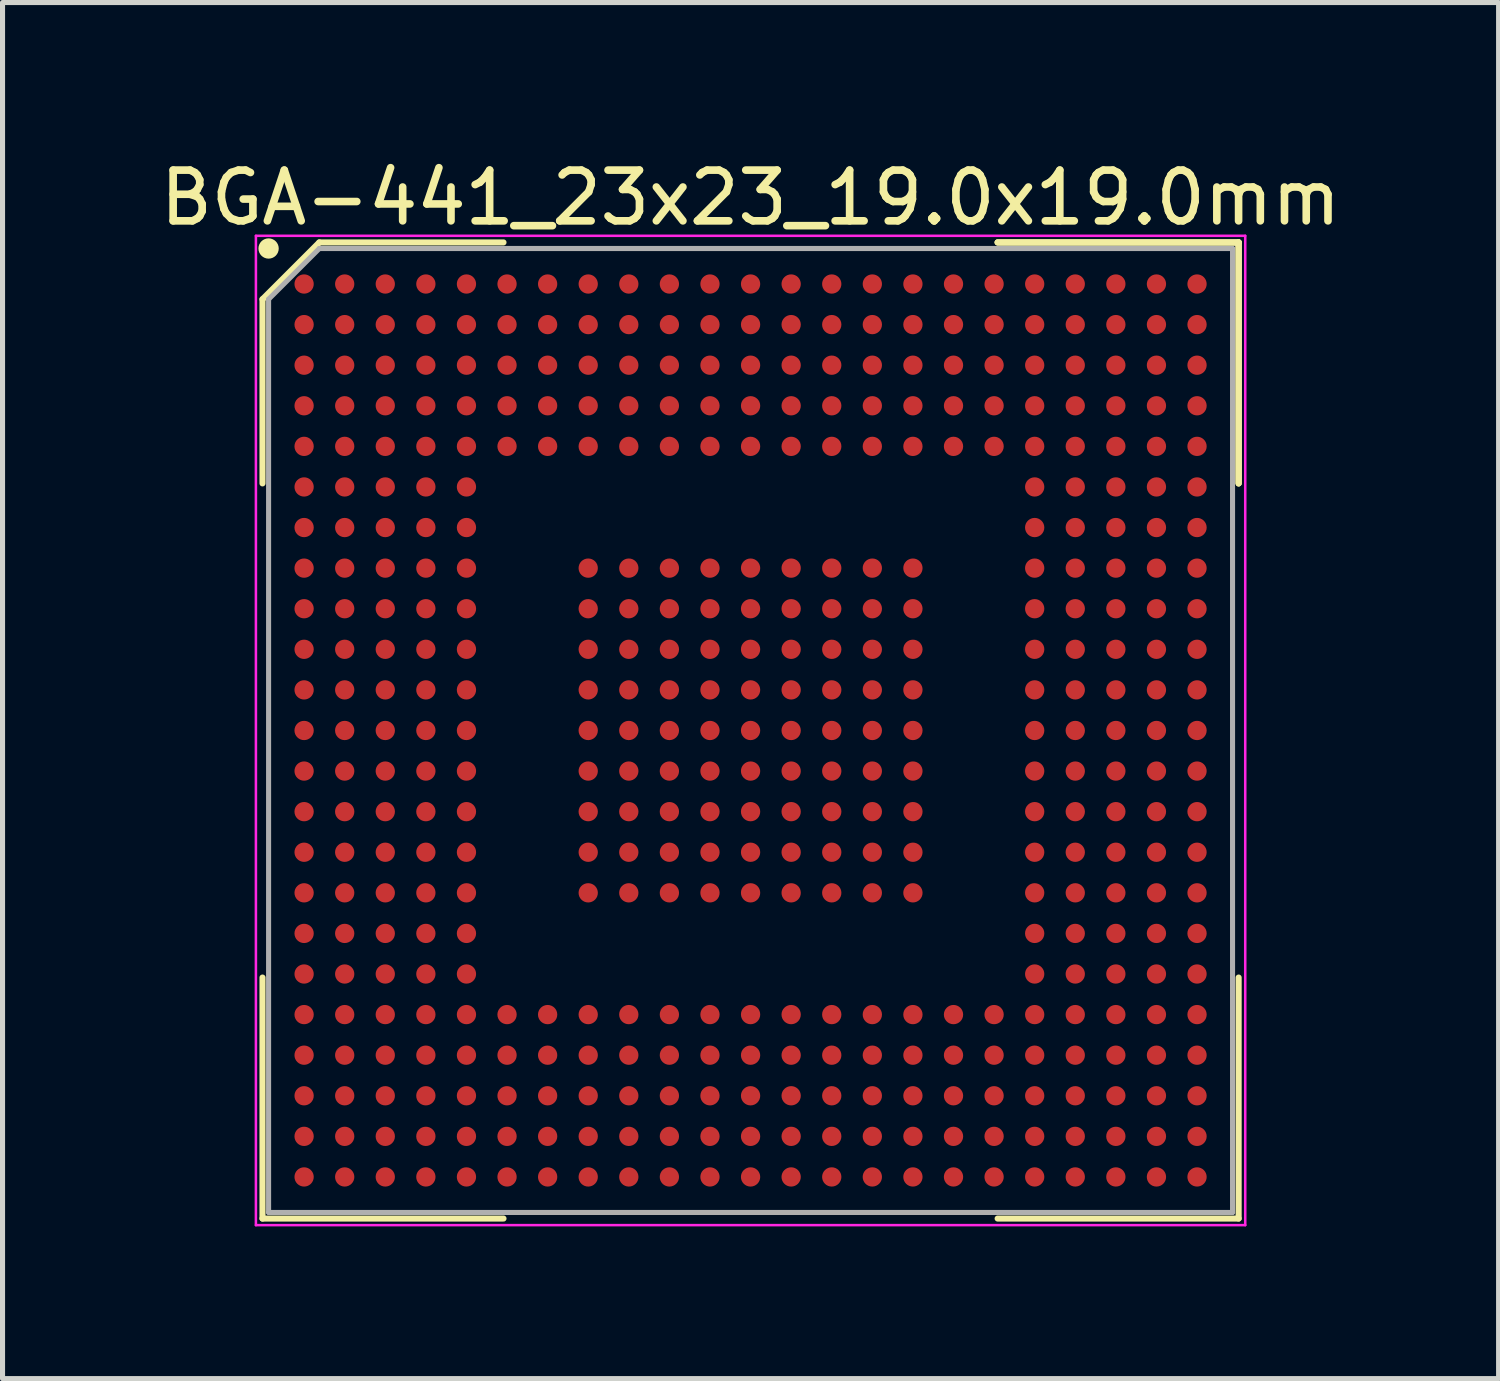
<source format=kicad_pcb>
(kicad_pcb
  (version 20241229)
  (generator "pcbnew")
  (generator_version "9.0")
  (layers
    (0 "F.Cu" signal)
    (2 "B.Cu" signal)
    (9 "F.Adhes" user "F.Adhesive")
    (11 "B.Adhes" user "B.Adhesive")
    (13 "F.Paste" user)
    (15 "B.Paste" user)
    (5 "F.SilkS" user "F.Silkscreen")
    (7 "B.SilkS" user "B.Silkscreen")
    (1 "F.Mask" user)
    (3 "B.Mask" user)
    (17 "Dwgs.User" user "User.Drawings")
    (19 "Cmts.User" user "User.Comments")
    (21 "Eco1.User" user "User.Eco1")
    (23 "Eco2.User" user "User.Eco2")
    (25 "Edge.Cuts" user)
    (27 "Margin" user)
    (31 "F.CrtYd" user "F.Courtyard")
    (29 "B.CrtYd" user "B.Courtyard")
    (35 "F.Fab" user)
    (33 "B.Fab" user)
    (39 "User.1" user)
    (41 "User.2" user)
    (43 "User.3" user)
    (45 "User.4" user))
  (footprint "BGA-441_23x23_19.0x19.0mm"
    (layer "F.Cu")
    (at 11.744 11.348)
    (property "Reference" "BGA-441_23x23_19.0x19.0mm" (at 0 -10.5 0) (layer "F.SilkS") (effects (font (size 1 1) (thickness 0.15))))
    (attr smd)
    (fp_line (start -9.62 -8.5) (end -9.62 -4.87) (stroke (width 0.12) (type solid)) (layer "F.SilkS"))
    (fp_line (start -9.62 9.62) (end -9.62 4.87) (stroke (width 0.12) (type solid)) (layer "F.SilkS"))
    (fp_line (start -8.5 -9.62) (end -9.62 -8.5) (stroke (width 0.12) (type solid)) (layer "F.SilkS"))
    (fp_line (start -4.87 -9.62) (end -8.5 -9.62) (stroke (width 0.12) (type solid)) (layer "F.SilkS"))
    (fp_line (start -4.87 9.62) (end -9.62 9.62) (stroke (width 0.12) (type solid)) (layer "F.SilkS"))
    (fp_line (start 4.87 -9.62) (end 9.62 -9.62) (stroke (width 0.12) (type solid)) (layer "F.SilkS"))
    (fp_line (start 4.87 -9.62) (end 9.62 -9.62) (stroke (width 0.12) (type solid)) (layer "F.SilkS"))
    (fp_line (start 4.87 -9.62) (end 9.62 -9.62) (stroke (width 0.12) (type solid)) (layer "F.SilkS"))
    (fp_line (start 4.87 9.62) (end 9.62 9.62) (stroke (width 0.12) (type solid)) (layer "F.SilkS"))
    (fp_line (start 9.62 -9.62) (end 9.62 -4.87) (stroke (width 0.12) (type solid)) (layer "F.SilkS"))
    (fp_line (start 9.62 -9.62) (end 9.62 -4.87) (stroke (width 0.12) (type solid)) (layer "F.SilkS"))
    (fp_line (start 9.62 -9.62) (end 9.62 -4.87) (stroke (width 0.12) (type solid)) (layer "F.SilkS"))
    (fp_line (start 9.62 9.62) (end 9.62 4.87) (stroke (width 0.12) (type solid)) (layer "F.SilkS"))
    (fp_circle (center -9.5 -9.5) (end -9.5 -9.4) (stroke (width 0.2) (type solid)) (fill no) (layer "F.SilkS"))
    (fp_line (start -9.75 -9.75) (end 9.75 -9.75) (stroke (width 0.05) (type solid)) (layer "F.CrtYd"))
    (fp_line (start -9.75 9.75) (end -9.75 -9.75) (stroke (width 0.05) (type solid)) (layer "F.CrtYd"))
    (fp_line (start 9.75 -9.75) (end 9.75 9.75) (stroke (width 0.05) (type solid)) (layer "F.CrtYd"))
    (fp_line (start 9.75 9.75) (end -9.75 9.75) (stroke (width 0.05) (type solid)) (layer "F.CrtYd"))
    (fp_line (start -9.5 -8.5) (end -9.5 9.5) (stroke (width 0.1) (type solid)) (layer "F.Fab"))
    (fp_line (start -9.5 9.5) (end 9.5 9.5) (stroke (width 0.1) (type solid)) (layer "F.Fab"))
    (fp_line (start -8.5 -9.5) (end -9.5 -8.5) (stroke (width 0.1) (type solid)) (layer "F.Fab"))
    (fp_line (start 9.5 -9.5) (end -8.5 -9.5) (stroke (width 0.1) (type solid)) (layer "F.Fab"))
    (fp_line (start 9.5 9.5) (end 9.5 -9.5) (stroke (width 0.1) (type solid)) (layer "F.Fab"))
    (pad "A1" smd circle (at -8.8 -8.8) (size 0.38 0.38) (layers "F.Cu" "F.Mask" "F.Paste"))
    (pad "A2" smd circle (at -8 -8.8) (size 0.38 0.38) (layers "F.Cu" "F.Mask" "F.Paste"))
    (pad "A3" smd circle (at -7.2 -8.8) (size 0.38 0.38) (layers "F.Cu" "F.Mask" "F.Paste"))
    (pad "A4" smd circle (at -6.4 -8.8) (size 0.38 0.38) (layers "F.Cu" "F.Mask" "F.Paste"))
    (pad "A5" smd circle (at -5.6 -8.8) (size 0.38 0.38) (layers "F.Cu" "F.Mask" "F.Paste"))
    (pad "A6" smd circle (at -4.8 -8.8) (size 0.38 0.38) (layers "F.Cu" "F.Mask" "F.Paste"))
    (pad "A7" smd circle (at -4 -8.8) (size 0.38 0.38) (layers "F.Cu" "F.Mask" "F.Paste"))
    (pad "A8" smd circle (at -3.2 -8.8) (size 0.38 0.38) (layers "F.Cu" "F.Mask" "F.Paste"))
    (pad "A9" smd circle (at -2.4 -8.8) (size 0.38 0.38) (layers "F.Cu" "F.Mask" "F.Paste"))
    (pad "A10" smd circle (at -1.6 -8.8) (size 0.38 0.38) (layers "F.Cu" "F.Mask" "F.Paste"))
    (pad "A11" smd circle (at -0.8 -8.8) (size 0.38 0.38) (layers "F.Cu" "F.Mask" "F.Paste"))
    (pad "A12" smd circle (at 0 -8.8) (size 0.38 0.38) (layers "F.Cu" "F.Mask" "F.Paste"))
    (pad "A13" smd circle (at 0.8 -8.8) (size 0.38 0.38) (layers "F.Cu" "F.Mask" "F.Paste"))
    (pad "A14" smd circle (at 1.6 -8.8) (size 0.38 0.38) (layers "F.Cu" "F.Mask" "F.Paste"))
    (pad "A15" smd circle (at 2.4 -8.8) (size 0.38 0.38) (layers "F.Cu" "F.Mask" "F.Paste"))
    (pad "A16" smd circle (at 3.2 -8.8) (size 0.38 0.38) (layers "F.Cu" "F.Mask" "F.Paste"))
    (pad "A17" smd circle (at 4 -8.8) (size 0.38 0.38) (layers "F.Cu" "F.Mask" "F.Paste"))
    (pad "A18" smd circle (at 4.8 -8.8) (size 0.38 0.38) (layers "F.Cu" "F.Mask" "F.Paste"))
    (pad "A19" smd circle (at 5.6 -8.8) (size 0.38 0.38) (layers "F.Cu" "F.Mask" "F.Paste"))
    (pad "A20" smd circle (at 6.4 -8.8) (size 0.38 0.38) (layers "F.Cu" "F.Mask" "F.Paste"))
    (pad "A21" smd circle (at 7.2 -8.8) (size 0.38 0.38) (layers "F.Cu" "F.Mask" "F.Paste"))
    (pad "A22" smd circle (at 8 -8.8) (size 0.38 0.38) (layers "F.Cu" "F.Mask" "F.Paste"))
    (pad "A23" smd circle (at 8.8 -8.8) (size 0.38 0.38) (layers "F.Cu" "F.Mask" "F.Paste"))
    (pad "AA1" smd circle (at -8.8 7.2) (size 0.38 0.38) (layers "F.Cu" "F.Mask" "F.Paste"))
    (pad "AA2" smd circle (at -8 7.2) (size 0.38 0.38) (layers "F.Cu" "F.Mask" "F.Paste"))
    (pad "AA3" smd circle (at -7.2 7.2) (size 0.38 0.38) (layers "F.Cu" "F.Mask" "F.Paste"))
    (pad "AA4" smd circle (at -6.4 7.2) (size 0.38 0.38) (layers "F.Cu" "F.Mask" "F.Paste"))
    (pad "AA5" smd circle (at -5.6 7.2) (size 0.38 0.38) (layers "F.Cu" "F.Mask" "F.Paste"))
    (pad "AA6" smd circle (at -4.8 7.2) (size 0.38 0.38) (layers "F.Cu" "F.Mask" "F.Paste"))
    (pad "AA7" smd circle (at -4 7.2) (size 0.38 0.38) (layers "F.Cu" "F.Mask" "F.Paste"))
    (pad "AA8" smd circle (at -3.2 7.2) (size 0.38 0.38) (layers "F.Cu" "F.Mask" "F.Paste"))
    (pad "AA9" smd circle (at -2.4 7.2) (size 0.38 0.38) (layers "F.Cu" "F.Mask" "F.Paste"))
    (pad "AA10" smd circle (at -1.6 7.2) (size 0.38 0.38) (layers "F.Cu" "F.Mask" "F.Paste"))
    (pad "AA11" smd circle (at -0.8 7.2) (size 0.38 0.38) (layers "F.Cu" "F.Mask" "F.Paste"))
    (pad "AA12" smd circle (at 0 7.2) (size 0.38 0.38) (layers "F.Cu" "F.Mask" "F.Paste"))
    (pad "AA13" smd circle (at 0.8 7.2) (size 0.38 0.38) (layers "F.Cu" "F.Mask" "F.Paste"))
    (pad "AA14" smd circle (at 1.6 7.2) (size 0.38 0.38) (layers "F.Cu" "F.Mask" "F.Paste"))
    (pad "AA15" smd circle (at 2.4 7.2) (size 0.38 0.38) (layers "F.Cu" "F.Mask" "F.Paste"))
    (pad "AA16" smd circle (at 3.2 7.2) (size 0.38 0.38) (layers "F.Cu" "F.Mask" "F.Paste"))
    (pad "AA17" smd circle (at 4 7.2) (size 0.38 0.38) (layers "F.Cu" "F.Mask" "F.Paste"))
    (pad "AA18" smd circle (at 4.8 7.2) (size 0.38 0.38) (layers "F.Cu" "F.Mask" "F.Paste"))
    (pad "AA19" smd circle (at 5.6 7.2) (size 0.38 0.38) (layers "F.Cu" "F.Mask" "F.Paste"))
    (pad "AA20" smd circle (at 6.4 7.2) (size 0.38 0.38) (layers "F.Cu" "F.Mask" "F.Paste"))
    (pad "AA21" smd circle (at 7.2 7.2) (size 0.38 0.38) (layers "F.Cu" "F.Mask" "F.Paste"))
    (pad "AA22" smd circle (at 8 7.2) (size 0.38 0.38) (layers "F.Cu" "F.Mask" "F.Paste"))
    (pad "AA23" smd circle (at 8.8 7.2) (size 0.38 0.38) (layers "F.Cu" "F.Mask" "F.Paste"))
    (pad "AB1" smd circle (at -8.8 8) (size 0.38 0.38) (layers "F.Cu" "F.Mask" "F.Paste"))
    (pad "AB2" smd circle (at -8 8) (size 0.38 0.38) (layers "F.Cu" "F.Mask" "F.Paste"))
    (pad "AB3" smd circle (at -7.2 8) (size 0.38 0.38) (layers "F.Cu" "F.Mask" "F.Paste"))
    (pad "AB4" smd circle (at -6.4 8) (size 0.38 0.38) (layers "F.Cu" "F.Mask" "F.Paste"))
    (pad "AB5" smd circle (at -5.6 8) (size 0.38 0.38) (layers "F.Cu" "F.Mask" "F.Paste"))
    (pad "AB6" smd circle (at -4.8 8) (size 0.38 0.38) (layers "F.Cu" "F.Mask" "F.Paste"))
    (pad "AB7" smd circle (at -4 8) (size 0.38 0.38) (layers "F.Cu" "F.Mask" "F.Paste"))
    (pad "AB8" smd circle (at -3.2 8) (size 0.38 0.38) (layers "F.Cu" "F.Mask" "F.Paste"))
    (pad "AB9" smd circle (at -2.4 8) (size 0.38 0.38) (layers "F.Cu" "F.Mask" "F.Paste"))
    (pad "AB10" smd circle (at -1.6 8) (size 0.38 0.38) (layers "F.Cu" "F.Mask" "F.Paste"))
    (pad "AB11" smd circle (at -0.8 8) (size 0.38 0.38) (layers "F.Cu" "F.Mask" "F.Paste"))
    (pad "AB12" smd circle (at 0 8) (size 0.38 0.38) (layers "F.Cu" "F.Mask" "F.Paste"))
    (pad "AB13" smd circle (at 0.8 8) (size 0.38 0.38) (layers "F.Cu" "F.Mask" "F.Paste"))
    (pad "AB14" smd circle (at 1.6 8) (size 0.38 0.38) (layers "F.Cu" "F.Mask" "F.Paste"))
    (pad "AB15" smd circle (at 2.4 8) (size 0.38 0.38) (layers "F.Cu" "F.Mask" "F.Paste"))
    (pad "AB16" smd circle (at 3.2 8) (size 0.38 0.38) (layers "F.Cu" "F.Mask" "F.Paste"))
    (pad "AB17" smd circle (at 4 8) (size 0.38 0.38) (layers "F.Cu" "F.Mask" "F.Paste"))
    (pad "AB18" smd circle (at 4.8 8) (size 0.38 0.38) (layers "F.Cu" "F.Mask" "F.Paste"))
    (pad "AB19" smd circle (at 5.6 8) (size 0.38 0.38) (layers "F.Cu" "F.Mask" "F.Paste"))
    (pad "AB20" smd circle (at 6.4 8) (size 0.38 0.38) (layers "F.Cu" "F.Mask" "F.Paste"))
    (pad "AB21" smd circle (at 7.2 8) (size 0.38 0.38) (layers "F.Cu" "F.Mask" "F.Paste"))
    (pad "AB22" smd circle (at 8 8) (size 0.38 0.38) (layers "F.Cu" "F.Mask" "F.Paste"))
    (pad "AB23" smd circle (at 8.8 8) (size 0.38 0.38) (layers "F.Cu" "F.Mask" "F.Paste"))
    (pad "AC1" smd circle (at -8.8 8.8) (size 0.38 0.38) (layers "F.Cu" "F.Mask" "F.Paste"))
    (pad "AC2" smd circle (at -8 8.8) (size 0.38 0.38) (layers "F.Cu" "F.Mask" "F.Paste"))
    (pad "AC3" smd circle (at -7.2 8.8) (size 0.38 0.38) (layers "F.Cu" "F.Mask" "F.Paste"))
    (pad "AC4" smd circle (at -6.4 8.8) (size 0.38 0.38) (layers "F.Cu" "F.Mask" "F.Paste"))
    (pad "AC5" smd circle (at -5.6 8.8) (size 0.38 0.38) (layers "F.Cu" "F.Mask" "F.Paste"))
    (pad "AC6" smd circle (at -4.8 8.8) (size 0.38 0.38) (layers "F.Cu" "F.Mask" "F.Paste"))
    (pad "AC7" smd circle (at -4 8.8) (size 0.38 0.38) (layers "F.Cu" "F.Mask" "F.Paste"))
    (pad "AC8" smd circle (at -3.2 8.8) (size 0.38 0.38) (layers "F.Cu" "F.Mask" "F.Paste"))
    (pad "AC9" smd circle (at -2.4 8.8) (size 0.38 0.38) (layers "F.Cu" "F.Mask" "F.Paste"))
    (pad "AC10" smd circle (at -1.6 8.8) (size 0.38 0.38) (layers "F.Cu" "F.Mask" "F.Paste"))
    (pad "AC11" smd circle (at -0.8 8.8) (size 0.38 0.38) (layers "F.Cu" "F.Mask" "F.Paste"))
    (pad "AC12" smd circle (at 0 8.8) (size 0.38 0.38) (layers "F.Cu" "F.Mask" "F.Paste"))
    (pad "AC13" smd circle (at 0.8 8.8) (size 0.38 0.38) (layers "F.Cu" "F.Mask" "F.Paste"))
    (pad "AC14" smd circle (at 1.6 8.8) (size 0.38 0.38) (layers "F.Cu" "F.Mask" "F.Paste"))
    (pad "AC15" smd circle (at 2.4 8.8) (size 0.38 0.38) (layers "F.Cu" "F.Mask" "F.Paste"))
    (pad "AC16" smd circle (at 3.2 8.8) (size 0.38 0.38) (layers "F.Cu" "F.Mask" "F.Paste"))
    (pad "AC17" smd circle (at 4 8.8) (size 0.38 0.38) (layers "F.Cu" "F.Mask" "F.Paste"))
    (pad "AC18" smd circle (at 4.8 8.8) (size 0.38 0.38) (layers "F.Cu" "F.Mask" "F.Paste"))
    (pad "AC19" smd circle (at 5.6 8.8) (size 0.38 0.38) (layers "F.Cu" "F.Mask" "F.Paste"))
    (pad "AC20" smd circle (at 6.4 8.8) (size 0.38 0.38) (layers "F.Cu" "F.Mask" "F.Paste"))
    (pad "AC21" smd circle (at 7.2 8.8) (size 0.38 0.38) (layers "F.Cu" "F.Mask" "F.Paste"))
    (pad "AC22" smd circle (at 8 8.8) (size 0.38 0.38) (layers "F.Cu" "F.Mask" "F.Paste"))
    (pad "AC23" smd circle (at 8.8 8.8) (size 0.38 0.38) (layers "F.Cu" "F.Mask" "F.Paste"))
    (pad "B1" smd circle (at -8.8 -8) (size 0.38 0.38) (layers "F.Cu" "F.Mask" "F.Paste"))
    (pad "B2" smd circle (at -8 -8) (size 0.38 0.38) (layers "F.Cu" "F.Mask" "F.Paste"))
    (pad "B3" smd circle (at -7.2 -8) (size 0.38 0.38) (layers "F.Cu" "F.Mask" "F.Paste"))
    (pad "B4" smd circle (at -6.4 -8) (size 0.38 0.38) (layers "F.Cu" "F.Mask" "F.Paste"))
    (pad "B5" smd circle (at -5.6 -8) (size 0.38 0.38) (layers "F.Cu" "F.Mask" "F.Paste"))
    (pad "B6" smd circle (at -4.8 -8) (size 0.38 0.38) (layers "F.Cu" "F.Mask" "F.Paste"))
    (pad "B7" smd circle (at -4 -8) (size 0.38 0.38) (layers "F.Cu" "F.Mask" "F.Paste"))
    (pad "B8" smd circle (at -3.2 -8) (size 0.38 0.38) (layers "F.Cu" "F.Mask" "F.Paste"))
    (pad "B9" smd circle (at -2.4 -8) (size 0.38 0.38) (layers "F.Cu" "F.Mask" "F.Paste"))
    (pad "B10" smd circle (at -1.6 -8) (size 0.38 0.38) (layers "F.Cu" "F.Mask" "F.Paste"))
    (pad "B11" smd circle (at -0.8 -8) (size 0.38 0.38) (layers "F.Cu" "F.Mask" "F.Paste"))
    (pad "B12" smd circle (at 0 -8) (size 0.38 0.38) (layers "F.Cu" "F.Mask" "F.Paste"))
    (pad "B13" smd circle (at 0.8 -8) (size 0.38 0.38) (layers "F.Cu" "F.Mask" "F.Paste"))
    (pad "B14" smd circle (at 1.6 -8) (size 0.38 0.38) (layers "F.Cu" "F.Mask" "F.Paste"))
    (pad "B15" smd circle (at 2.4 -8) (size 0.38 0.38) (layers "F.Cu" "F.Mask" "F.Paste"))
    (pad "B16" smd circle (at 3.2 -8) (size 0.38 0.38) (layers "F.Cu" "F.Mask" "F.Paste"))
    (pad "B17" smd circle (at 4 -8) (size 0.38 0.38) (layers "F.Cu" "F.Mask" "F.Paste"))
    (pad "B18" smd circle (at 4.8 -8) (size 0.38 0.38) (layers "F.Cu" "F.Mask" "F.Paste"))
    (pad "B19" smd circle (at 5.6 -8) (size 0.38 0.38) (layers "F.Cu" "F.Mask" "F.Paste"))
    (pad "B20" smd circle (at 6.4 -8) (size 0.38 0.38) (layers "F.Cu" "F.Mask" "F.Paste"))
    (pad "B21" smd circle (at 7.2 -8) (size 0.38 0.38) (layers "F.Cu" "F.Mask" "F.Paste"))
    (pad "B22" smd circle (at 8 -8) (size 0.38 0.38) (layers "F.Cu" "F.Mask" "F.Paste"))
    (pad "B23" smd circle (at 8.8 -8) (size 0.38 0.38) (layers "F.Cu" "F.Mask" "F.Paste"))
    (pad "C1" smd circle (at -8.8 -7.2) (size 0.38 0.38) (layers "F.Cu" "F.Mask" "F.Paste"))
    (pad "C2" smd circle (at -8 -7.2) (size 0.38 0.38) (layers "F.Cu" "F.Mask" "F.Paste"))
    (pad "C3" smd circle (at -7.2 -7.2) (size 0.38 0.38) (layers "F.Cu" "F.Mask" "F.Paste"))
    (pad "C4" smd circle (at -6.4 -7.2) (size 0.38 0.38) (layers "F.Cu" "F.Mask" "F.Paste"))
    (pad "C5" smd circle (at -5.6 -7.2) (size 0.38 0.38) (layers "F.Cu" "F.Mask" "F.Paste"))
    (pad "C6" smd circle (at -4.8 -7.2) (size 0.38 0.38) (layers "F.Cu" "F.Mask" "F.Paste"))
    (pad "C7" smd circle (at -4 -7.2) (size 0.38 0.38) (layers "F.Cu" "F.Mask" "F.Paste"))
    (pad "C8" smd circle (at -3.2 -7.2) (size 0.38 0.38) (layers "F.Cu" "F.Mask" "F.Paste"))
    (pad "C9" smd circle (at -2.4 -7.2) (size 0.38 0.38) (layers "F.Cu" "F.Mask" "F.Paste"))
    (pad "C10" smd circle (at -1.6 -7.2) (size 0.38 0.38) (layers "F.Cu" "F.Mask" "F.Paste"))
    (pad "C11" smd circle (at -0.8 -7.2) (size 0.38 0.38) (layers "F.Cu" "F.Mask" "F.Paste"))
    (pad "C12" smd circle (at 0 -7.2) (size 0.38 0.38) (layers "F.Cu" "F.Mask" "F.Paste"))
    (pad "C13" smd circle (at 0.8 -7.2) (size 0.38 0.38) (layers "F.Cu" "F.Mask" "F.Paste"))
    (pad "C14" smd circle (at 1.6 -7.2) (size 0.38 0.38) (layers "F.Cu" "F.Mask" "F.Paste"))
    (pad "C15" smd circle (at 2.4 -7.2) (size 0.38 0.38) (layers "F.Cu" "F.Mask" "F.Paste"))
    (pad "C16" smd circle (at 3.2 -7.2) (size 0.38 0.38) (layers "F.Cu" "F.Mask" "F.Paste"))
    (pad "C17" smd circle (at 4 -7.2) (size 0.38 0.38) (layers "F.Cu" "F.Mask" "F.Paste"))
    (pad "C18" smd circle (at 4.8 -7.2) (size 0.38 0.38) (layers "F.Cu" "F.Mask" "F.Paste"))
    (pad "C19" smd circle (at 5.6 -7.2) (size 0.38 0.38) (layers "F.Cu" "F.Mask" "F.Paste"))
    (pad "C20" smd circle (at 6.4 -7.2) (size 0.38 0.38) (layers "F.Cu" "F.Mask" "F.Paste"))
    (pad "C21" smd circle (at 7.2 -7.2) (size 0.38 0.38) (layers "F.Cu" "F.Mask" "F.Paste"))
    (pad "C22" smd circle (at 8 -7.2) (size 0.38 0.38) (layers "F.Cu" "F.Mask" "F.Paste"))
    (pad "C23" smd circle (at 8.8 -7.2) (size 0.38 0.38) (layers "F.Cu" "F.Mask" "F.Paste"))
    (pad "D1" smd circle (at -8.8 -6.4) (size 0.38 0.38) (layers "F.Cu" "F.Mask" "F.Paste"))
    (pad "D2" smd circle (at -8 -6.4) (size 0.38 0.38) (layers "F.Cu" "F.Mask" "F.Paste"))
    (pad "D3" smd circle (at -7.2 -6.4) (size 0.38 0.38) (layers "F.Cu" "F.Mask" "F.Paste"))
    (pad "D4" smd circle (at -6.4 -6.4) (size 0.38 0.38) (layers "F.Cu" "F.Mask" "F.Paste"))
    (pad "D5" smd circle (at -5.6 -6.4) (size 0.38 0.38) (layers "F.Cu" "F.Mask" "F.Paste"))
    (pad "D6" smd circle (at -4.8 -6.4) (size 0.38 0.38) (layers "F.Cu" "F.Mask" "F.Paste"))
    (pad "D7" smd circle (at -4 -6.4) (size 0.38 0.38) (layers "F.Cu" "F.Mask" "F.Paste"))
    (pad "D8" smd circle (at -3.2 -6.4) (size 0.38 0.38) (layers "F.Cu" "F.Mask" "F.Paste"))
    (pad "D9" smd circle (at -2.4 -6.4) (size 0.38 0.38) (layers "F.Cu" "F.Mask" "F.Paste"))
    (pad "D10" smd circle (at -1.6 -6.4) (size 0.38 0.38) (layers "F.Cu" "F.Mask" "F.Paste"))
    (pad "D11" smd circle (at -0.8 -6.4) (size 0.38 0.38) (layers "F.Cu" "F.Mask" "F.Paste"))
    (pad "D12" smd circle (at 0 -6.4) (size 0.38 0.38) (layers "F.Cu" "F.Mask" "F.Paste"))
    (pad "D13" smd circle (at 0.8 -6.4) (size 0.38 0.38) (layers "F.Cu" "F.Mask" "F.Paste"))
    (pad "D14" smd circle (at 1.6 -6.4) (size 0.38 0.38) (layers "F.Cu" "F.Mask" "F.Paste"))
    (pad "D15" smd circle (at 2.4 -6.4) (size 0.38 0.38) (layers "F.Cu" "F.Mask" "F.Paste"))
    (pad "D16" smd circle (at 3.2 -6.4) (size 0.38 0.38) (layers "F.Cu" "F.Mask" "F.Paste"))
    (pad "D17" smd circle (at 4 -6.4) (size 0.38 0.38) (layers "F.Cu" "F.Mask" "F.Paste"))
    (pad "D18" smd circle (at 4.8 -6.4) (size 0.38 0.38) (layers "F.Cu" "F.Mask" "F.Paste"))
    (pad "D19" smd circle (at 5.6 -6.4) (size 0.38 0.38) (layers "F.Cu" "F.Mask" "F.Paste"))
    (pad "D20" smd circle (at 6.4 -6.4) (size 0.38 0.38) (layers "F.Cu" "F.Mask" "F.Paste"))
    (pad "D21" smd circle (at 7.2 -6.4) (size 0.38 0.38) (layers "F.Cu" "F.Mask" "F.Paste"))
    (pad "D22" smd circle (at 8 -6.4) (size 0.38 0.38) (layers "F.Cu" "F.Mask" "F.Paste"))
    (pad "D23" smd circle (at 8.8 -6.4) (size 0.38 0.38) (layers "F.Cu" "F.Mask" "F.Paste"))
    (pad "E1" smd circle (at -8.8 -5.6) (size 0.38 0.38) (layers "F.Cu" "F.Mask" "F.Paste"))
    (pad "E2" smd circle (at -8 -5.6) (size 0.38 0.38) (layers "F.Cu" "F.Mask" "F.Paste"))
    (pad "E3" smd circle (at -7.2 -5.6) (size 0.38 0.38) (layers "F.Cu" "F.Mask" "F.Paste"))
    (pad "E4" smd circle (at -6.4 -5.6) (size 0.38 0.38) (layers "F.Cu" "F.Mask" "F.Paste"))
    (pad "E5" smd circle (at -5.6 -5.6) (size 0.38 0.38) (layers "F.Cu" "F.Mask" "F.Paste"))
    (pad "E6" smd circle (at -4.8 -5.6) (size 0.38 0.38) (layers "F.Cu" "F.Mask" "F.Paste"))
    (pad "E7" smd circle (at -4 -5.6) (size 0.38 0.38) (layers "F.Cu" "F.Mask" "F.Paste"))
    (pad "E8" smd circle (at -3.2 -5.6) (size 0.38 0.38) (layers "F.Cu" "F.Mask" "F.Paste"))
    (pad "E9" smd circle (at -2.4 -5.6) (size 0.38 0.38) (layers "F.Cu" "F.Mask" "F.Paste"))
    (pad "E10" smd circle (at -1.6 -5.6) (size 0.38 0.38) (layers "F.Cu" "F.Mask" "F.Paste"))
    (pad "E11" smd circle (at -0.8 -5.6) (size 0.38 0.38) (layers "F.Cu" "F.Mask" "F.Paste"))
    (pad "E12" smd circle (at 0 -5.6) (size 0.38 0.38) (layers "F.Cu" "F.Mask" "F.Paste"))
    (pad "E13" smd circle (at 0.8 -5.6) (size 0.38 0.38) (layers "F.Cu" "F.Mask" "F.Paste"))
    (pad "E14" smd circle (at 1.6 -5.6) (size 0.38 0.38) (layers "F.Cu" "F.Mask" "F.Paste"))
    (pad "E15" smd circle (at 2.4 -5.6) (size 0.38 0.38) (layers "F.Cu" "F.Mask" "F.Paste"))
    (pad "E16" smd circle (at 3.2 -5.6) (size 0.38 0.38) (layers "F.Cu" "F.Mask" "F.Paste"))
    (pad "E17" smd circle (at 4 -5.6) (size 0.38 0.38) (layers "F.Cu" "F.Mask" "F.Paste"))
    (pad "E18" smd circle (at 4.8 -5.6) (size 0.38 0.38) (layers "F.Cu" "F.Mask" "F.Paste"))
    (pad "E19" smd circle (at 5.6 -5.6) (size 0.38 0.38) (layers "F.Cu" "F.Mask" "F.Paste"))
    (pad "E20" smd circle (at 6.4 -5.6) (size 0.38 0.38) (layers "F.Cu" "F.Mask" "F.Paste"))
    (pad "E21" smd circle (at 7.2 -5.6) (size 0.38 0.38) (layers "F.Cu" "F.Mask" "F.Paste"))
    (pad "E22" smd circle (at 8 -5.6) (size 0.38 0.38) (layers "F.Cu" "F.Mask" "F.Paste"))
    (pad "E23" smd circle (at 8.8 -5.6) (size 0.38 0.38) (layers "F.Cu" "F.Mask" "F.Paste"))
    (pad "F1" smd circle (at -8.8 -4.8) (size 0.38 0.38) (layers "F.Cu" "F.Mask" "F.Paste"))
    (pad "F2" smd circle (at -8 -4.8) (size 0.38 0.38) (layers "F.Cu" "F.Mask" "F.Paste"))
    (pad "F3" smd circle (at -7.2 -4.8) (size 0.38 0.38) (layers "F.Cu" "F.Mask" "F.Paste"))
    (pad "F4" smd circle (at -6.4 -4.8) (size 0.38 0.38) (layers "F.Cu" "F.Mask" "F.Paste"))
    (pad "F5" smd circle (at -5.6 -4.8) (size 0.38 0.38) (layers "F.Cu" "F.Mask" "F.Paste"))
    (pad "F19" smd circle (at 5.6 -4.8) (size 0.38 0.38) (layers "F.Cu" "F.Mask" "F.Paste"))
    (pad "F20" smd circle (at 6.4 -4.8) (size 0.38 0.38) (layers "F.Cu" "F.Mask" "F.Paste"))
    (pad "F21" smd circle (at 7.2 -4.8) (size 0.38 0.38) (layers "F.Cu" "F.Mask" "F.Paste"))
    (pad "F22" smd circle (at 8 -4.8) (size 0.38 0.38) (layers "F.Cu" "F.Mask" "F.Paste"))
    (pad "F23" smd circle (at 8.8 -4.8) (size 0.38 0.38) (layers "F.Cu" "F.Mask" "F.Paste"))
    (pad "G1" smd circle (at -8.8 -4) (size 0.38 0.38) (layers "F.Cu" "F.Mask" "F.Paste"))
    (pad "G2" smd circle (at -8 -4) (size 0.38 0.38) (layers "F.Cu" "F.Mask" "F.Paste"))
    (pad "G3" smd circle (at -7.2 -4) (size 0.38 0.38) (layers "F.Cu" "F.Mask" "F.Paste"))
    (pad "G4" smd circle (at -6.4 -4) (size 0.38 0.38) (layers "F.Cu" "F.Mask" "F.Paste"))
    (pad "G5" smd circle (at -5.6 -4) (size 0.38 0.38) (layers "F.Cu" "F.Mask" "F.Paste"))
    (pad "G19" smd circle (at 5.6 -4) (size 0.38 0.38) (layers "F.Cu" "F.Mask" "F.Paste"))
    (pad "G20" smd circle (at 6.4 -4) (size 0.38 0.38) (layers "F.Cu" "F.Mask" "F.Paste"))
    (pad "G21" smd circle (at 7.2 -4) (size 0.38 0.38) (layers "F.Cu" "F.Mask" "F.Paste"))
    (pad "G22" smd circle (at 8 -4) (size 0.38 0.38) (layers "F.Cu" "F.Mask" "F.Paste"))
    (pad "G23" smd circle (at 8.8 -4) (size 0.38 0.38) (layers "F.Cu" "F.Mask" "F.Paste"))
    (pad "H1" smd circle (at -8.8 -3.2) (size 0.38 0.38) (layers "F.Cu" "F.Mask" "F.Paste"))
    (pad "H2" smd circle (at -8 -3.2) (size 0.38 0.38) (layers "F.Cu" "F.Mask" "F.Paste"))
    (pad "H3" smd circle (at -7.2 -3.2) (size 0.38 0.38) (layers "F.Cu" "F.Mask" "F.Paste"))
    (pad "H4" smd circle (at -6.4 -3.2) (size 0.38 0.38) (layers "F.Cu" "F.Mask" "F.Paste"))
    (pad "H5" smd circle (at -5.6 -3.2) (size 0.38 0.38) (layers "F.Cu" "F.Mask" "F.Paste"))
    (pad "H8" smd circle (at -3.2 -3.2) (size 0.38 0.38) (layers "F.Cu" "F.Mask" "F.Paste"))
    (pad "H9" smd circle (at -2.4 -3.2) (size 0.38 0.38) (layers "F.Cu" "F.Mask" "F.Paste"))
    (pad "H10" smd circle (at -1.6 -3.2) (size 0.38 0.38) (layers "F.Cu" "F.Mask" "F.Paste"))
    (pad "H11" smd circle (at -0.8 -3.2) (size 0.38 0.38) (layers "F.Cu" "F.Mask" "F.Paste"))
    (pad "H12" smd circle (at 0 -3.2) (size 0.38 0.38) (layers "F.Cu" "F.Mask" "F.Paste"))
    (pad "H13" smd circle (at 0.8 -3.2) (size 0.38 0.38) (layers "F.Cu" "F.Mask" "F.Paste"))
    (pad "H14" smd circle (at 1.6 -3.2) (size 0.38 0.38) (layers "F.Cu" "F.Mask" "F.Paste"))
    (pad "H15" smd circle (at 2.4 -3.2) (size 0.38 0.38) (layers "F.Cu" "F.Mask" "F.Paste"))
    (pad "H16" smd circle (at 3.2 -3.2) (size 0.38 0.38) (layers "F.Cu" "F.Mask" "F.Paste"))
    (pad "H19" smd circle (at 5.6 -3.2) (size 0.38 0.38) (layers "F.Cu" "F.Mask" "F.Paste"))
    (pad "H20" smd circle (at 6.4 -3.2) (size 0.38 0.38) (layers "F.Cu" "F.Mask" "F.Paste"))
    (pad "H21" smd circle (at 7.2 -3.2) (size 0.38 0.38) (layers "F.Cu" "F.Mask" "F.Paste"))
    (pad "H22" smd circle (at 8 -3.2) (size 0.38 0.38) (layers "F.Cu" "F.Mask" "F.Paste"))
    (pad "H23" smd circle (at 8.8 -3.2) (size 0.38 0.38) (layers "F.Cu" "F.Mask" "F.Paste"))
    (pad "J1" smd circle (at -8.8 -2.4) (size 0.38 0.38) (layers "F.Cu" "F.Mask" "F.Paste"))
    (pad "J2" smd circle (at -8 -2.4) (size 0.38 0.38) (layers "F.Cu" "F.Mask" "F.Paste"))
    (pad "J3" smd circle (at -7.2 -2.4) (size 0.38 0.38) (layers "F.Cu" "F.Mask" "F.Paste"))
    (pad "J4" smd circle (at -6.4 -2.4) (size 0.38 0.38) (layers "F.Cu" "F.Mask" "F.Paste"))
    (pad "J5" smd circle (at -5.6 -2.4) (size 0.38 0.38) (layers "F.Cu" "F.Mask" "F.Paste"))
    (pad "J8" smd circle (at -3.2 -2.4) (size 0.38 0.38) (layers "F.Cu" "F.Mask" "F.Paste"))
    (pad "J9" smd circle (at -2.4 -2.4) (size 0.38 0.38) (layers "F.Cu" "F.Mask" "F.Paste"))
    (pad "J10" smd circle (at -1.6 -2.4) (size 0.38 0.38) (layers "F.Cu" "F.Mask" "F.Paste"))
    (pad "J11" smd circle (at -0.8 -2.4) (size 0.38 0.38) (layers "F.Cu" "F.Mask" "F.Paste"))
    (pad "J12" smd circle (at 0 -2.4) (size 0.38 0.38) (layers "F.Cu" "F.Mask" "F.Paste"))
    (pad "J13" smd circle (at 0.8 -2.4) (size 0.38 0.38) (layers "F.Cu" "F.Mask" "F.Paste"))
    (pad "J14" smd circle (at 1.6 -2.4) (size 0.38 0.38) (layers "F.Cu" "F.Mask" "F.Paste"))
    (pad "J15" smd circle (at 2.4 -2.4) (size 0.38 0.38) (layers "F.Cu" "F.Mask" "F.Paste"))
    (pad "J16" smd circle (at 3.2 -2.4) (size 0.38 0.38) (layers "F.Cu" "F.Mask" "F.Paste"))
    (pad "J19" smd circle (at 5.6 -2.4) (size 0.38 0.38) (layers "F.Cu" "F.Mask" "F.Paste"))
    (pad "J20" smd circle (at 6.4 -2.4) (size 0.38 0.38) (layers "F.Cu" "F.Mask" "F.Paste"))
    (pad "J21" smd circle (at 7.2 -2.4) (size 0.38 0.38) (layers "F.Cu" "F.Mask" "F.Paste"))
    (pad "J22" smd circle (at 8 -2.4) (size 0.38 0.38) (layers "F.Cu" "F.Mask" "F.Paste"))
    (pad "J23" smd circle (at 8.8 -2.4) (size 0.38 0.38) (layers "F.Cu" "F.Mask" "F.Paste"))
    (pad "K1" smd circle (at -8.8 -1.6) (size 0.38 0.38) (layers "F.Cu" "F.Mask" "F.Paste"))
    (pad "K2" smd circle (at -8 -1.6) (size 0.38 0.38) (layers "F.Cu" "F.Mask" "F.Paste"))
    (pad "K3" smd circle (at -7.2 -1.6) (size 0.38 0.38) (layers "F.Cu" "F.Mask" "F.Paste"))
    (pad "K4" smd circle (at -6.4 -1.6) (size 0.38 0.38) (layers "F.Cu" "F.Mask" "F.Paste"))
    (pad "K5" smd circle (at -5.6 -1.6) (size 0.38 0.38) (layers "F.Cu" "F.Mask" "F.Paste"))
    (pad "K8" smd circle (at -3.2 -1.6) (size 0.38 0.38) (layers "F.Cu" "F.Mask" "F.Paste"))
    (pad "K9" smd circle (at -2.4 -1.6) (size 0.38 0.38) (layers "F.Cu" "F.Mask" "F.Paste"))
    (pad "K10" smd circle (at -1.6 -1.6) (size 0.38 0.38) (layers "F.Cu" "F.Mask" "F.Paste"))
    (pad "K11" smd circle (at -0.8 -1.6) (size 0.38 0.38) (layers "F.Cu" "F.Mask" "F.Paste"))
    (pad "K12" smd circle (at 0 -1.6) (size 0.38 0.38) (layers "F.Cu" "F.Mask" "F.Paste"))
    (pad "K13" smd circle (at 0.8 -1.6) (size 0.38 0.38) (layers "F.Cu" "F.Mask" "F.Paste"))
    (pad "K14" smd circle (at 1.6 -1.6) (size 0.38 0.38) (layers "F.Cu" "F.Mask" "F.Paste"))
    (pad "K15" smd circle (at 2.4 -1.6) (size 0.38 0.38) (layers "F.Cu" "F.Mask" "F.Paste"))
    (pad "K16" smd circle (at 3.2 -1.6) (size 0.38 0.38) (layers "F.Cu" "F.Mask" "F.Paste"))
    (pad "K19" smd circle (at 5.6 -1.6) (size 0.38 0.38) (layers "F.Cu" "F.Mask" "F.Paste"))
    (pad "K20" smd circle (at 6.4 -1.6) (size 0.38 0.38) (layers "F.Cu" "F.Mask" "F.Paste"))
    (pad "K21" smd circle (at 7.2 -1.6) (size 0.38 0.38) (layers "F.Cu" "F.Mask" "F.Paste"))
    (pad "K22" smd circle (at 8 -1.6) (size 0.38 0.38) (layers "F.Cu" "F.Mask" "F.Paste"))
    (pad "K23" smd circle (at 8.8 -1.6) (size 0.38 0.38) (layers "F.Cu" "F.Mask" "F.Paste"))
    (pad "L1" smd circle (at -8.8 -0.8) (size 0.38 0.38) (layers "F.Cu" "F.Mask" "F.Paste"))
    (pad "L2" smd circle (at -8 -0.8) (size 0.38 0.38) (layers "F.Cu" "F.Mask" "F.Paste"))
    (pad "L3" smd circle (at -7.2 -0.8) (size 0.38 0.38) (layers "F.Cu" "F.Mask" "F.Paste"))
    (pad "L4" smd circle (at -6.4 -0.8) (size 0.38 0.38) (layers "F.Cu" "F.Mask" "F.Paste"))
    (pad "L5" smd circle (at -5.6 -0.8) (size 0.38 0.38) (layers "F.Cu" "F.Mask" "F.Paste"))
    (pad "L8" smd circle (at -3.2 -0.8) (size 0.38 0.38) (layers "F.Cu" "F.Mask" "F.Paste"))
    (pad "L9" smd circle (at -2.4 -0.8) (size 0.38 0.38) (layers "F.Cu" "F.Mask" "F.Paste"))
    (pad "L10" smd circle (at -1.6 -0.8) (size 0.38 0.38) (layers "F.Cu" "F.Mask" "F.Paste"))
    (pad "L11" smd circle (at -0.8 -0.8) (size 0.38 0.38) (layers "F.Cu" "F.Mask" "F.Paste"))
    (pad "L12" smd circle (at 0 -0.8) (size 0.38 0.38) (layers "F.Cu" "F.Mask" "F.Paste"))
    (pad "L13" smd circle (at 0.8 -0.8) (size 0.38 0.38) (layers "F.Cu" "F.Mask" "F.Paste"))
    (pad "L14" smd circle (at 1.6 -0.8) (size 0.38 0.38) (layers "F.Cu" "F.Mask" "F.Paste"))
    (pad "L15" smd circle (at 2.4 -0.8) (size 0.38 0.38) (layers "F.Cu" "F.Mask" "F.Paste"))
    (pad "L16" smd circle (at 3.2 -0.8) (size 0.38 0.38) (layers "F.Cu" "F.Mask" "F.Paste"))
    (pad "L19" smd circle (at 5.6 -0.8) (size 0.38 0.38) (layers "F.Cu" "F.Mask" "F.Paste"))
    (pad "L20" smd circle (at 6.4 -0.8) (size 0.38 0.38) (layers "F.Cu" "F.Mask" "F.Paste"))
    (pad "L21" smd circle (at 7.2 -0.8) (size 0.38 0.38) (layers "F.Cu" "F.Mask" "F.Paste"))
    (pad "L22" smd circle (at 8 -0.8) (size 0.38 0.38) (layers "F.Cu" "F.Mask" "F.Paste"))
    (pad "L23" smd circle (at 8.8 -0.8) (size 0.38 0.38) (layers "F.Cu" "F.Mask" "F.Paste"))
    (pad "M1" smd circle (at -8.8 0) (size 0.38 0.38) (layers "F.Cu" "F.Mask" "F.Paste"))
    (pad "M2" smd circle (at -8 0) (size 0.38 0.38) (layers "F.Cu" "F.Mask" "F.Paste"))
    (pad "M3" smd circle (at -7.2 0) (size 0.38 0.38) (layers "F.Cu" "F.Mask" "F.Paste"))
    (pad "M4" smd circle (at -6.4 0) (size 0.38 0.38) (layers "F.Cu" "F.Mask" "F.Paste"))
    (pad "M5" smd circle (at -5.6 0) (size 0.38 0.38) (layers "F.Cu" "F.Mask" "F.Paste"))
    (pad "M8" smd circle (at -3.2 0) (size 0.38 0.38) (layers "F.Cu" "F.Mask" "F.Paste"))
    (pad "M9" smd circle (at -2.4 0) (size 0.38 0.38) (layers "F.Cu" "F.Mask" "F.Paste"))
    (pad "M10" smd circle (at -1.6 0) (size 0.38 0.38) (layers "F.Cu" "F.Mask" "F.Paste"))
    (pad "M11" smd circle (at -0.8 0) (size 0.38 0.38) (layers "F.Cu" "F.Mask" "F.Paste"))
    (pad "M12" smd circle (at 0 0) (size 0.38 0.38) (layers "F.Cu" "F.Mask" "F.Paste"))
    (pad "M13" smd circle (at 0.8 0) (size 0.38 0.38) (layers "F.Cu" "F.Mask" "F.Paste"))
    (pad "M14" smd circle (at 1.6 0) (size 0.38 0.38) (layers "F.Cu" "F.Mask" "F.Paste"))
    (pad "M15" smd circle (at 2.4 0) (size 0.38 0.38) (layers "F.Cu" "F.Mask" "F.Paste"))
    (pad "M16" smd circle (at 3.2 0) (size 0.38 0.38) (layers "F.Cu" "F.Mask" "F.Paste"))
    (pad "M19" smd circle (at 5.6 0) (size 0.38 0.38) (layers "F.Cu" "F.Mask" "F.Paste"))
    (pad "M20" smd circle (at 6.4 0) (size 0.38 0.38) (layers "F.Cu" "F.Mask" "F.Paste"))
    (pad "M21" smd circle (at 7.2 0) (size 0.38 0.38) (layers "F.Cu" "F.Mask" "F.Paste"))
    (pad "M22" smd circle (at 8 0) (size 0.38 0.38) (layers "F.Cu" "F.Mask" "F.Paste"))
    (pad "M23" smd circle (at 8.8 0) (size 0.38 0.38) (layers "F.Cu" "F.Mask" "F.Paste"))
    (pad "N1" smd circle (at -8.8 0.8) (size 0.38 0.38) (layers "F.Cu" "F.Mask" "F.Paste"))
    (pad "N2" smd circle (at -8 0.8) (size 0.38 0.38) (layers "F.Cu" "F.Mask" "F.Paste"))
    (pad "N3" smd circle (at -7.2 0.8) (size 0.38 0.38) (layers "F.Cu" "F.Mask" "F.Paste"))
    (pad "N4" smd circle (at -6.4 0.8) (size 0.38 0.38) (layers "F.Cu" "F.Mask" "F.Paste"))
    (pad "N5" smd circle (at -5.6 0.8) (size 0.38 0.38) (layers "F.Cu" "F.Mask" "F.Paste"))
    (pad "N8" smd circle (at -3.2 0.8) (size 0.38 0.38) (layers "F.Cu" "F.Mask" "F.Paste"))
    (pad "N9" smd circle (at -2.4 0.8) (size 0.38 0.38) (layers "F.Cu" "F.Mask" "F.Paste"))
    (pad "N10" smd circle (at -1.6 0.8) (size 0.38 0.38) (layers "F.Cu" "F.Mask" "F.Paste"))
    (pad "N11" smd circle (at -0.8 0.8) (size 0.38 0.38) (layers "F.Cu" "F.Mask" "F.Paste"))
    (pad "N12" smd circle (at 0 0.8) (size 0.38 0.38) (layers "F.Cu" "F.Mask" "F.Paste"))
    (pad "N13" smd circle (at 0.8 0.8) (size 0.38 0.38) (layers "F.Cu" "F.Mask" "F.Paste"))
    (pad "N14" smd circle (at 1.6 0.8) (size 0.38 0.38) (layers "F.Cu" "F.Mask" "F.Paste"))
    (pad "N15" smd circle (at 2.4 0.8) (size 0.38 0.38) (layers "F.Cu" "F.Mask" "F.Paste"))
    (pad "N16" smd circle (at 3.2 0.8) (size 0.38 0.38) (layers "F.Cu" "F.Mask" "F.Paste"))
    (pad "N19" smd circle (at 5.6 0.8) (size 0.38 0.38) (layers "F.Cu" "F.Mask" "F.Paste"))
    (pad "N20" smd circle (at 6.4 0.8) (size 0.38 0.38) (layers "F.Cu" "F.Mask" "F.Paste"))
    (pad "N21" smd circle (at 7.2 0.8) (size 0.38 0.38) (layers "F.Cu" "F.Mask" "F.Paste"))
    (pad "N22" smd circle (at 8 0.8) (size 0.38 0.38) (layers "F.Cu" "F.Mask" "F.Paste"))
    (pad "N23" smd circle (at 8.8 0.8) (size 0.38 0.38) (layers "F.Cu" "F.Mask" "F.Paste"))
    (pad "P1" smd circle (at -8.8 1.6) (size 0.38 0.38) (layers "F.Cu" "F.Mask" "F.Paste"))
    (pad "P2" smd circle (at -8 1.6) (size 0.38 0.38) (layers "F.Cu" "F.Mask" "F.Paste"))
    (pad "P3" smd circle (at -7.2 1.6) (size 0.38 0.38) (layers "F.Cu" "F.Mask" "F.Paste"))
    (pad "P4" smd circle (at -6.4 1.6) (size 0.38 0.38) (layers "F.Cu" "F.Mask" "F.Paste"))
    (pad "P5" smd circle (at -5.6 1.6) (size 0.38 0.38) (layers "F.Cu" "F.Mask" "F.Paste"))
    (pad "P8" smd circle (at -3.2 1.6) (size 0.38 0.38) (layers "F.Cu" "F.Mask" "F.Paste"))
    (pad "P9" smd circle (at -2.4 1.6) (size 0.38 0.38) (layers "F.Cu" "F.Mask" "F.Paste"))
    (pad "P10" smd circle (at -1.6 1.6) (size 0.38 0.38) (layers "F.Cu" "F.Mask" "F.Paste"))
    (pad "P11" smd circle (at -0.8 1.6) (size 0.38 0.38) (layers "F.Cu" "F.Mask" "F.Paste"))
    (pad "P12" smd circle (at 0 1.6) (size 0.38 0.38) (layers "F.Cu" "F.Mask" "F.Paste"))
    (pad "P13" smd circle (at 0.8 1.6) (size 0.38 0.38) (layers "F.Cu" "F.Mask" "F.Paste"))
    (pad "P14" smd circle (at 1.6 1.6) (size 0.38 0.38) (layers "F.Cu" "F.Mask" "F.Paste"))
    (pad "P15" smd circle (at 2.4 1.6) (size 0.38 0.38) (layers "F.Cu" "F.Mask" "F.Paste"))
    (pad "P16" smd circle (at 3.2 1.6) (size 0.38 0.38) (layers "F.Cu" "F.Mask" "F.Paste"))
    (pad "P19" smd circle (at 5.6 1.6) (size 0.38 0.38) (layers "F.Cu" "F.Mask" "F.Paste"))
    (pad "P20" smd circle (at 6.4 1.6) (size 0.38 0.38) (layers "F.Cu" "F.Mask" "F.Paste"))
    (pad "P21" smd circle (at 7.2 1.6) (size 0.38 0.38) (layers "F.Cu" "F.Mask" "F.Paste"))
    (pad "P22" smd circle (at 8 1.6) (size 0.38 0.38) (layers "F.Cu" "F.Mask" "F.Paste"))
    (pad "P23" smd circle (at 8.8 1.6) (size 0.38 0.38) (layers "F.Cu" "F.Mask" "F.Paste"))
    (pad "R1" smd circle (at -8.8 2.4) (size 0.38 0.38) (layers "F.Cu" "F.Mask" "F.Paste"))
    (pad "R2" smd circle (at -8 2.4) (size 0.38 0.38) (layers "F.Cu" "F.Mask" "F.Paste"))
    (pad "R3" smd circle (at -7.2 2.4) (size 0.38 0.38) (layers "F.Cu" "F.Mask" "F.Paste"))
    (pad "R4" smd circle (at -6.4 2.4) (size 0.38 0.38) (layers "F.Cu" "F.Mask" "F.Paste"))
    (pad "R5" smd circle (at -5.6 2.4) (size 0.38 0.38) (layers "F.Cu" "F.Mask" "F.Paste"))
    (pad "R8" smd circle (at -3.2 2.4) (size 0.38 0.38) (layers "F.Cu" "F.Mask" "F.Paste"))
    (pad "R9" smd circle (at -2.4 2.4) (size 0.38 0.38) (layers "F.Cu" "F.Mask" "F.Paste"))
    (pad "R10" smd circle (at -1.6 2.4) (size 0.38 0.38) (layers "F.Cu" "F.Mask" "F.Paste"))
    (pad "R11" smd circle (at -0.8 2.4) (size 0.38 0.38) (layers "F.Cu" "F.Mask" "F.Paste"))
    (pad "R12" smd circle (at 0 2.4) (size 0.38 0.38) (layers "F.Cu" "F.Mask" "F.Paste"))
    (pad "R13" smd circle (at 0.8 2.4) (size 0.38 0.38) (layers "F.Cu" "F.Mask" "F.Paste"))
    (pad "R14" smd circle (at 1.6 2.4) (size 0.38 0.38) (layers "F.Cu" "F.Mask" "F.Paste"))
    (pad "R15" smd circle (at 2.4 2.4) (size 0.38 0.38) (layers "F.Cu" "F.Mask" "F.Paste"))
    (pad "R16" smd circle (at 3.2 2.4) (size 0.38 0.38) (layers "F.Cu" "F.Mask" "F.Paste"))
    (pad "R19" smd circle (at 5.6 2.4) (size 0.38 0.38) (layers "F.Cu" "F.Mask" "F.Paste"))
    (pad "R20" smd circle (at 6.4 2.4) (size 0.38 0.38) (layers "F.Cu" "F.Mask" "F.Paste"))
    (pad "R21" smd circle (at 7.2 2.4) (size 0.38 0.38) (layers "F.Cu" "F.Mask" "F.Paste"))
    (pad "R22" smd circle (at 8 2.4) (size 0.38 0.38) (layers "F.Cu" "F.Mask" "F.Paste"))
    (pad "R23" smd circle (at 8.8 2.4) (size 0.38 0.38) (layers "F.Cu" "F.Mask" "F.Paste"))
    (pad "T1" smd circle (at -8.8 3.2) (size 0.38 0.38) (layers "F.Cu" "F.Mask" "F.Paste"))
    (pad "T2" smd circle (at -8 3.2) (size 0.38 0.38) (layers "F.Cu" "F.Mask" "F.Paste"))
    (pad "T3" smd circle (at -7.2 3.2) (size 0.38 0.38) (layers "F.Cu" "F.Mask" "F.Paste"))
    (pad "T4" smd circle (at -6.4 3.2) (size 0.38 0.38) (layers "F.Cu" "F.Mask" "F.Paste"))
    (pad "T5" smd circle (at -5.6 3.2) (size 0.38 0.38) (layers "F.Cu" "F.Mask" "F.Paste"))
    (pad "T8" smd circle (at -3.2 3.2) (size 0.38 0.38) (layers "F.Cu" "F.Mask" "F.Paste"))
    (pad "T9" smd circle (at -2.4 3.2) (size 0.38 0.38) (layers "F.Cu" "F.Mask" "F.Paste"))
    (pad "T10" smd circle (at -1.6 3.2) (size 0.38 0.38) (layers "F.Cu" "F.Mask" "F.Paste"))
    (pad "T11" smd circle (at -0.8 3.2) (size 0.38 0.38) (layers "F.Cu" "F.Mask" "F.Paste"))
    (pad "T12" smd circle (at 0 3.2) (size 0.38 0.38) (layers "F.Cu" "F.Mask" "F.Paste"))
    (pad "T13" smd circle (at 0.8 3.2) (size 0.38 0.38) (layers "F.Cu" "F.Mask" "F.Paste"))
    (pad "T14" smd circle (at 1.6 3.2) (size 0.38 0.38) (layers "F.Cu" "F.Mask" "F.Paste"))
    (pad "T15" smd circle (at 2.4 3.2) (size 0.38 0.38) (layers "F.Cu" "F.Mask" "F.Paste"))
    (pad "T16" smd circle (at 3.2 3.2) (size 0.38 0.38) (layers "F.Cu" "F.Mask" "F.Paste"))
    (pad "T19" smd circle (at 5.6 3.2) (size 0.38 0.38) (layers "F.Cu" "F.Mask" "F.Paste"))
    (pad "T20" smd circle (at 6.4 3.2) (size 0.38 0.38) (layers "F.Cu" "F.Mask" "F.Paste"))
    (pad "T21" smd circle (at 7.2 3.2) (size 0.38 0.38) (layers "F.Cu" "F.Mask" "F.Paste"))
    (pad "T22" smd circle (at 8 3.2) (size 0.38 0.38) (layers "F.Cu" "F.Mask" "F.Paste"))
    (pad "T23" smd circle (at 8.8 3.2) (size 0.38 0.38) (layers "F.Cu" "F.Mask" "F.Paste"))
    (pad "U1" smd circle (at -8.8 4) (size 0.38 0.38) (layers "F.Cu" "F.Mask" "F.Paste"))
    (pad "U2" smd circle (at -8 4) (size 0.38 0.38) (layers "F.Cu" "F.Mask" "F.Paste"))
    (pad "U3" smd circle (at -7.2 4) (size 0.38 0.38) (layers "F.Cu" "F.Mask" "F.Paste"))
    (pad "U4" smd circle (at -6.4 4) (size 0.38 0.38) (layers "F.Cu" "F.Mask" "F.Paste"))
    (pad "U5" smd circle (at -5.6 4) (size 0.38 0.38) (layers "F.Cu" "F.Mask" "F.Paste"))
    (pad "U19" smd circle (at 5.6 4) (size 0.38 0.38) (layers "F.Cu" "F.Mask" "F.Paste"))
    (pad "U20" smd circle (at 6.4 4) (size 0.38 0.38) (layers "F.Cu" "F.Mask" "F.Paste"))
    (pad "U21" smd circle (at 7.2 4) (size 0.38 0.38) (layers "F.Cu" "F.Mask" "F.Paste"))
    (pad "U22" smd circle (at 8 4) (size 0.38 0.38) (layers "F.Cu" "F.Mask" "F.Paste"))
    (pad "U23" smd circle (at 8.8 4) (size 0.38 0.38) (layers "F.Cu" "F.Mask" "F.Paste"))
    (pad "V1" smd circle (at -8.8 4.8) (size 0.38 0.38) (layers "F.Cu" "F.Mask" "F.Paste"))
    (pad "V2" smd circle (at -8 4.8) (size 0.38 0.38) (layers "F.Cu" "F.Mask" "F.Paste"))
    (pad "V3" smd circle (at -7.2 4.8) (size 0.38 0.38) (layers "F.Cu" "F.Mask" "F.Paste"))
    (pad "V4" smd circle (at -6.4 4.8) (size 0.38 0.38) (layers "F.Cu" "F.Mask" "F.Paste"))
    (pad "V5" smd circle (at -5.6 4.8) (size 0.38 0.38) (layers "F.Cu" "F.Mask" "F.Paste"))
    (pad "V19" smd circle (at 5.6 4.8) (size 0.38 0.38) (layers "F.Cu" "F.Mask" "F.Paste"))
    (pad "V20" smd circle (at 6.4 4.8) (size 0.38 0.38) (layers "F.Cu" "F.Mask" "F.Paste"))
    (pad "V21" smd circle (at 7.2 4.8) (size 0.38 0.38) (layers "F.Cu" "F.Mask" "F.Paste"))
    (pad "V22" smd circle (at 8 4.8) (size 0.38 0.38) (layers "F.Cu" "F.Mask" "F.Paste"))
    (pad "V23" smd circle (at 8.8 4.8) (size 0.38 0.38) (layers "F.Cu" "F.Mask" "F.Paste"))
    (pad "W1" smd circle (at -8.8 5.6) (size 0.38 0.38) (layers "F.Cu" "F.Mask" "F.Paste"))
    (pad "W2" smd circle (at -8 5.6) (size 0.38 0.38) (layers "F.Cu" "F.Mask" "F.Paste"))
    (pad "W3" smd circle (at -7.2 5.6) (size 0.38 0.38) (layers "F.Cu" "F.Mask" "F.Paste"))
    (pad "W4" smd circle (at -6.4 5.6) (size 0.38 0.38) (layers "F.Cu" "F.Mask" "F.Paste"))
    (pad "W5" smd circle (at -5.6 5.6) (size 0.38 0.38) (layers "F.Cu" "F.Mask" "F.Paste"))
    (pad "W6" smd circle (at -4.8 5.6) (size 0.38 0.38) (layers "F.Cu" "F.Mask" "F.Paste"))
    (pad "W7" smd circle (at -4 5.6) (size 0.38 0.38) (layers "F.Cu" "F.Mask" "F.Paste"))
    (pad "W8" smd circle (at -3.2 5.6) (size 0.38 0.38) (layers "F.Cu" "F.Mask" "F.Paste"))
    (pad "W9" smd circle (at -2.4 5.6) (size 0.38 0.38) (layers "F.Cu" "F.Mask" "F.Paste"))
    (pad "W10" smd circle (at -1.6 5.6) (size 0.38 0.38) (layers "F.Cu" "F.Mask" "F.Paste"))
    (pad "W11" smd circle (at -0.8 5.6) (size 0.38 0.38) (layers "F.Cu" "F.Mask" "F.Paste"))
    (pad "W12" smd circle (at 0 5.6) (size 0.38 0.38) (layers "F.Cu" "F.Mask" "F.Paste"))
    (pad "W13" smd circle (at 0.8 5.6) (size 0.38 0.38) (layers "F.Cu" "F.Mask" "F.Paste"))
    (pad "W14" smd circle (at 1.6 5.6) (size 0.38 0.38) (layers "F.Cu" "F.Mask" "F.Paste"))
    (pad "W15" smd circle (at 2.4 5.6) (size 0.38 0.38) (layers "F.Cu" "F.Mask" "F.Paste"))
    (pad "W16" smd circle (at 3.2 5.6) (size 0.38 0.38) (layers "F.Cu" "F.Mask" "F.Paste"))
    (pad "W17" smd circle (at 4 5.6) (size 0.38 0.38) (layers "F.Cu" "F.Mask" "F.Paste"))
    (pad "W18" smd circle (at 4.8 5.6) (size 0.38 0.38) (layers "F.Cu" "F.Mask" "F.Paste"))
    (pad "W19" smd circle (at 5.6 5.6) (size 0.38 0.38) (layers "F.Cu" "F.Mask" "F.Paste"))
    (pad "W20" smd circle (at 6.4 5.6) (size 0.38 0.38) (layers "F.Cu" "F.Mask" "F.Paste"))
    (pad "W21" smd circle (at 7.2 5.6) (size 0.38 0.38) (layers "F.Cu" "F.Mask" "F.Paste"))
    (pad "W22" smd circle (at 8 5.6) (size 0.38 0.38) (layers "F.Cu" "F.Mask" "F.Paste"))
    (pad "W23" smd circle (at 8.8 5.6) (size 0.38 0.38) (layers "F.Cu" "F.Mask" "F.Paste"))
    (pad "Y1" smd circle (at -8.8 6.4) (size 0.38 0.38) (layers "F.Cu" "F.Mask" "F.Paste"))
    (pad "Y2" smd circle (at -8 6.4) (size 0.38 0.38) (layers "F.Cu" "F.Mask" "F.Paste"))
    (pad "Y3" smd circle (at -7.2 6.4) (size 0.38 0.38) (layers "F.Cu" "F.Mask" "F.Paste"))
    (pad "Y4" smd circle (at -6.4 6.4) (size 0.38 0.38) (layers "F.Cu" "F.Mask" "F.Paste"))
    (pad "Y5" smd circle (at -5.6 6.4) (size 0.38 0.38) (layers "F.Cu" "F.Mask" "F.Paste"))
    (pad "Y6" smd circle (at -4.8 6.4) (size 0.38 0.38) (layers "F.Cu" "F.Mask" "F.Paste"))
    (pad "Y7" smd circle (at -4 6.4) (size 0.38 0.38) (layers "F.Cu" "F.Mask" "F.Paste"))
    (pad "Y8" smd circle (at -3.2 6.4) (size 0.38 0.38) (layers "F.Cu" "F.Mask" "F.Paste"))
    (pad "Y9" smd circle (at -2.4 6.4) (size 0.38 0.38) (layers "F.Cu" "F.Mask" "F.Paste"))
    (pad "Y10" smd circle (at -1.6 6.4) (size 0.38 0.38) (layers "F.Cu" "F.Mask" "F.Paste"))
    (pad "Y11" smd circle (at -0.8 6.4) (size 0.38 0.38) (layers "F.Cu" "F.Mask" "F.Paste"))
    (pad "Y12" smd circle (at 0 6.4) (size 0.38 0.38) (layers "F.Cu" "F.Mask" "F.Paste"))
    (pad "Y13" smd circle (at 0.8 6.4) (size 0.38 0.38) (layers "F.Cu" "F.Mask" "F.Paste"))
    (pad "Y14" smd circle (at 1.6 6.4) (size 0.38 0.38) (layers "F.Cu" "F.Mask" "F.Paste"))
    (pad "Y15" smd circle (at 2.4 6.4) (size 0.38 0.38) (layers "F.Cu" "F.Mask" "F.Paste"))
    (pad "Y16" smd circle (at 3.2 6.4) (size 0.38 0.38) (layers "F.Cu" "F.Mask" "F.Paste"))
    (pad "Y17" smd circle (at 4 6.4) (size 0.38 0.38) (layers "F.Cu" "F.Mask" "F.Paste"))
    (pad "Y18" smd circle (at 4.8 6.4) (size 0.38 0.38) (layers "F.Cu" "F.Mask" "F.Paste"))
    (pad "Y19" smd circle (at 5.6 6.4) (size 0.38 0.38) (layers "F.Cu" "F.Mask" "F.Paste"))
    (pad "Y20" smd circle (at 6.4 6.4) (size 0.38 0.38) (layers "F.Cu" "F.Mask" "F.Paste"))
    (pad "Y21" smd circle (at 7.2 6.4) (size 0.38 0.38) (layers "F.Cu" "F.Mask" "F.Paste"))
    (pad "Y22" smd circle (at 8 6.4) (size 0.38 0.38) (layers "F.Cu" "F.Mask" "F.Paste"))
    (pad "Y23" smd circle (at 8.8 6.4) (size 0.38 0.38) (layers "F.Cu" "F.Mask" "F.Paste")))
  (gr_rect
    (start -3 -3)
    (end 26.488 24.123)
    (stroke (width 0.1) (type default))
    (fill no)
    (layer "Edge.Cuts")))
</source>
